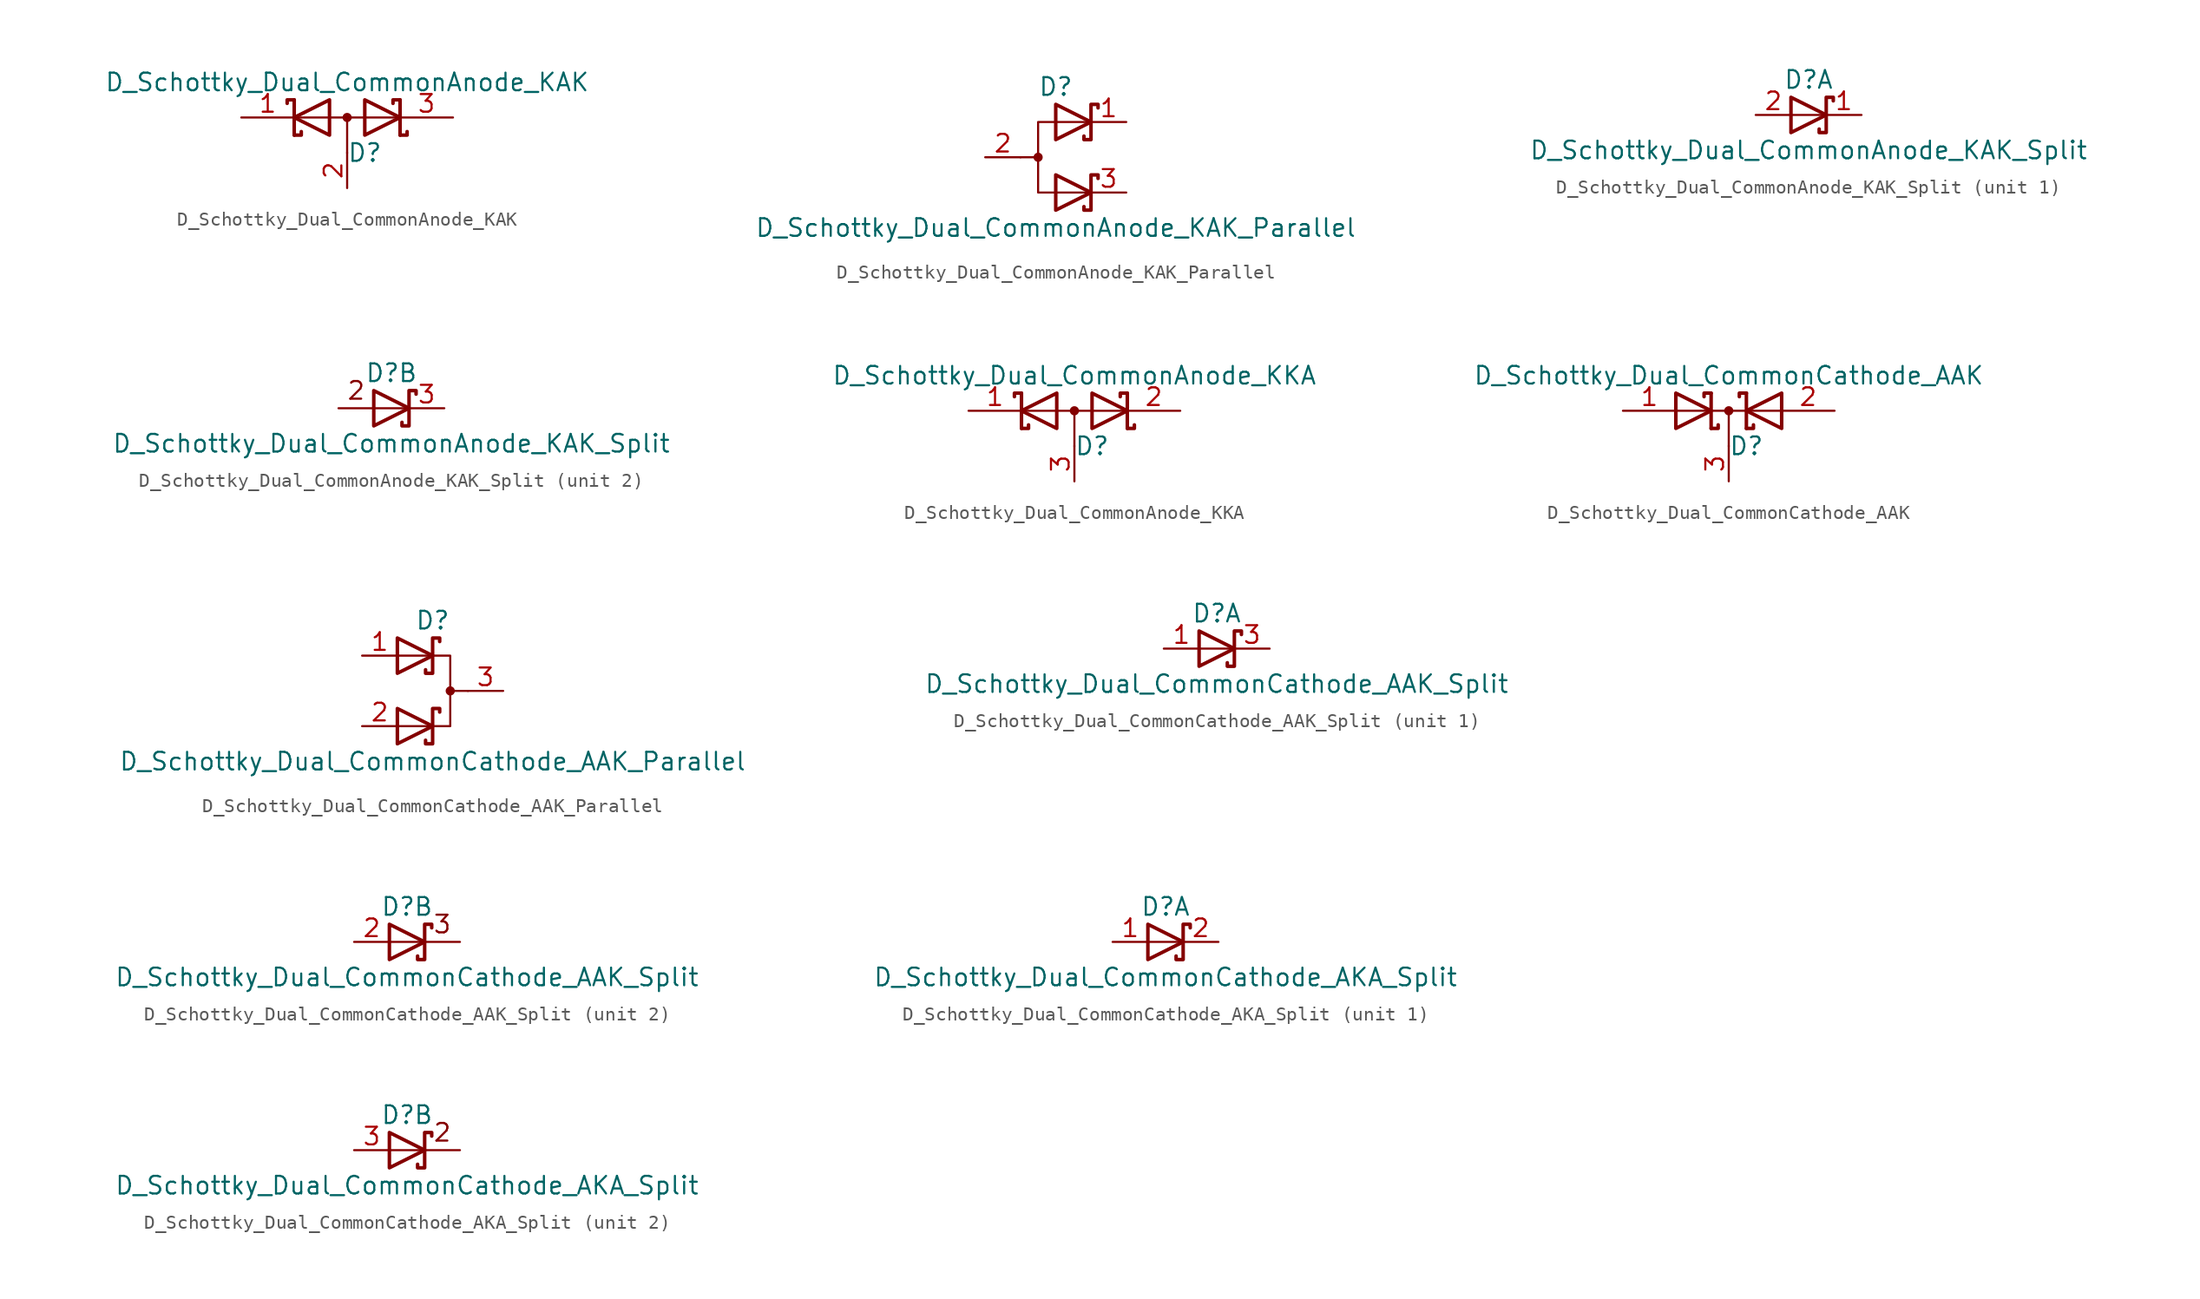
<source format=kicad_sym>
(kicad_symbol_lib
  (version 20211014)
  (generator kicad_symbol_editor)
  (symbol "D_Schottky_Dual_CommonAnode_KAK"
    (pin_names
      (offset 0.762) hide)
    (property "Reference" "D"
      (at 1.27 -2.54 0)
      (effects (font (size 1.27 1.27))))
    (property "Value" "D_Schottky_Dual_CommonAnode_KAK"
      (at 0 2.54 0)
      (effects (font (size 1.27 1.27))))
    (symbol "D_Schottky_Dual_CommonAnode_KAK_0_1"
      (polyline (pts (xy -3.556 0) (xy 3.81 0)) (stroke (width 0) (type default) (color 0 0 0 0)) (fill (type none)))
      (polyline (pts (xy 0 0) (xy 0 -2.54)) (stroke (width 0) (type default) (color 0 0 0 0)) (fill (type none)))
      (polyline (pts (xy -3.81 1.27) (xy -3.81 -1.27) (xy -3.81 -1.27)) (stroke (width 0.254) (type default) (color 0 0 0 0)) (fill (type none)))
      (polyline (pts (xy 3.81 1.27) (xy 3.81 -1.27) (xy 3.81 -1.27)) (stroke (width 0.254) (type default) (color 0 0 0 0)) (fill (type none)))
      (polyline (pts (xy -3.81 1.27) (xy -4.318 1.27) (xy -4.318 1.016) (xy -4.318 1.016)) (stroke (width 0.254) (type default) (color 0 0 0 0)) (fill (type none)))
      (polyline (pts (xy 3.81 -1.27) (xy 4.318 -1.27) (xy 4.318 -1.016) (xy 4.318 -1.016)) (stroke (width 0.254) (type default) (color 0 0 0 0)) (fill (type none)))
      (polyline (pts (xy 3.81 1.27) (xy 3.302 1.27) (xy 3.302 1.016) (xy 3.302 1.016)) (stroke (width 0.254) (type default) (color 0 0 0 0)) (fill (type none)))
      (polyline (pts (xy -3.302 -1.016) (xy -3.302 -1.27) (xy -3.81 -1.27) (xy -3.81 -1.27) (xy -3.81 -1.27)) (stroke (width 0.254) (type default) (color 0 0 0 0)) (fill (type none)))
      (polyline (pts (xy -1.27 -1.27) (xy -3.81 0) (xy -1.27 1.27) (xy -1.27 -1.27) (xy -1.27 -1.27) (xy -1.27 -1.27)) (stroke (width 0.254) (type default) (color 0 0 0 0)) (fill (type none)))
      (polyline (pts (xy 1.27 1.27) (xy 3.81 0) (xy 1.27 -1.27) (xy 1.27 1.27) (xy 1.27 1.27) (xy 1.27 1.27)) (stroke (width 0.254) (type default) (color 0 0 0 0)) (fill (type none)))
      (circle (center 0 0) (radius 0.254) (stroke (width 0) (type default) (color 0 0 0 0)) (fill (type outline)))
      (pin passive line (at -7.62 0 0) (length 3.81) (name "K" (effects (font (size 1.27 1.27)))) (number "1" (effects (font (size 1.27 1.27)))))
      (pin passive line (at 0 -5.08 90) (length 2.54) (name "A" (effects (font (size 1.27 1.27)))) (number "2" (effects (font (size 1.27 1.27)))))
      (pin passive line (at 7.62 0 180) (length 3.81) (name "K" (effects (font (size 1.27 1.27)))) (number "3" (effects (font (size 1.27 1.27)))))))
  (symbol "D_Schottky_Dual_CommonAnode_KAK_Parallel"
    (pin_names
      (offset 0.762) hide)
    (property "Reference" "D"
      (at 0 5.08 0)
      (effects (font (size 1.27 1.27))))
    (property "Value" "D_Schottky_Dual_CommonAnode_KAK_Parallel"
      (at 0 -5.08 0)
      (effects (font (size 1.27 1.27))))
    (symbol "D_Schottky_Dual_CommonAnode_KAK_Parallel_0_1"
      (circle (center -1.27 0) (radius 0.254) (stroke (width 0) (type default) (color 0 0 0 0)) (fill (type outline)))
      (polyline (pts (xy -1.27 0) (xy -2.54 0)) (stroke (width 0) (type default) (color 0 0 0 0)) (fill (type none)))
      (polyline (pts (xy 2.54 2.54) (xy -1.27 2.54) (xy -1.27 -2.54) (xy 2.54 -2.54)) (stroke (width 0) (type default) (color 0 0 0 0)) (fill (type none)))
      (polyline (pts (xy 0 -1.27) (xy 2.54 -2.54) (xy 0 -3.81) (xy 0 -1.27) (xy 0 -1.27) (xy 0 -1.27)) (stroke (width 0.254) (type default) (color 0 0 0 0)) (fill (type none)))
      (polyline (pts (xy 0 3.81) (xy 2.54 2.54) (xy 0 1.27) (xy 0 3.81) (xy 0 3.81) (xy 0 3.81)) (stroke (width 0.254) (type default) (color 0 0 0 0)) (fill (type none)))
      (polyline (pts (xy 3.048 -1.524) (xy 3.048 -1.27) (xy 2.54 -1.27) (xy 2.54 -3.81) (xy 2.032 -3.81) (xy 2.032 -3.556)) (stroke (width 0.254) (type default) (color 0 0 0 0)) (fill (type none)))
      (polyline (pts (xy 3.048 3.556) (xy 3.048 3.81) (xy 2.54 3.81) (xy 2.54 1.27) (xy 2.032 1.27) (xy 2.032 1.524)) (stroke (width 0.254) (type default) (color 0 0 0 0)) (fill (type none)))
      (pin passive line (at 5.08 2.54 180) (length 2.54) (name "K" (effects (font (size 1.27 1.27)))) (number "1" (effects (font (size 1.27 1.27)))))
      (pin passive line (at -5.08 0 0) (length 2.54) (name "A" (effects (font (size 1.27 1.27)))) (number "2" (effects (font (size 1.27 1.27)))))
      (pin passive line (at 5.08 -2.54 180) (length 2.54) (name "K" (effects (font (size 1.27 1.27)))) (number "3" (effects (font (size 1.27 1.27)))))))
  (symbol "D_Schottky_Dual_CommonAnode_KAK_Split"
    (pin_names
      (offset 0.762) hide)
    (property "Reference" "D"
      (at 0 2.54 0)
      (effects (font (size 1.27 1.27))))
    (property "Value" "D_Schottky_Dual_CommonAnode_KAK_Split"
      (at 0 -2.54 0)
      (effects (font (size 1.27 1.27))))
    (property "ki_locked" ""
      (at 0 0 0)
      (effects (font (size 1.27 1.27))))
    (symbol "D_Schottky_Dual_CommonAnode_KAK_Split_0_1"
      (polyline (pts (xy -1.27 1.27) (xy 1.27 0) (xy -1.27 -1.27) (xy -1.27 1.27) (xy -1.27 1.27) (xy -1.27 1.27)) (stroke (width 0.254) (type default) (color 0 0 0 0)) (fill (type none)))
      (polyline (pts (xy 1.778 1.016) (xy 1.778 1.27) (xy 1.27 1.27) (xy 1.27 -1.27) (xy 0.762 -1.27) (xy 0.762 -1.016)) (stroke (width 0.254) (type default) (color 0 0 0 0)) (fill (type none))))
    (symbol "D_Schottky_Dual_CommonAnode_KAK_Split_1_1"
      (polyline (pts (xy 1.27 0) (xy -1.27 0)) (stroke (width 0) (type default) (color 0 0 0 0)) (fill (type none)))
      (pin passive line (at 3.81 0 180) (length 2.54) (name "K" (effects (font (size 1.27 1.27)))) (number "1" (effects (font (size 1.27 1.27)))))
      (pin passive line (at -3.81 0 0) (length 2.54) (name "A" (effects (font (size 1.27 1.27)))) (number "2" (effects (font (size 1.27 1.27))))))
    (symbol "D_Schottky_Dual_CommonAnode_KAK_Split_2_0"
      (polyline (pts (xy 1.27 0) (xy -3.81 0)) (stroke (width 0) (type default) (color 0 0 0 0)) (fill (type none)))
      (text "2" (at -2.54 1.27 0) (effects (font (size 1.27 1.27)))))
    (symbol "D_Schottky_Dual_CommonAnode_KAK_Split_2_1"
      (pin passive line (at 3.81 0 180) (length 2.54) (name "K" (effects (font (size 1.27 1.27)))) (number "3" (effects (font (size 1.27 1.27)))))))
  (symbol "D_Schottky_Dual_CommonAnode_KKA"
    (pin_names
      (offset 0.762) hide)
    (property "Reference" "D"
      (at 1.27 -2.54 0)
      (effects (font (size 1.27 1.27))))
    (property "Value" "D_Schottky_Dual_CommonAnode_KKA"
      (at 0 2.54 0)
      (effects (font (size 1.27 1.27))))
    (symbol "D_Schottky_Dual_CommonAnode_KKA_0_1"
      (polyline (pts (xy -3.556 0) (xy 3.81 0)) (stroke (width 0) (type default) (color 0 0 0 0)) (fill (type none)))
      (polyline (pts (xy 0 0) (xy 0 -2.54)) (stroke (width 0) (type default) (color 0 0 0 0)) (fill (type none)))
      (polyline (pts (xy -3.81 1.27) (xy -3.81 -1.27) (xy -3.81 -1.27)) (stroke (width 0.254) (type default) (color 0 0 0 0)) (fill (type none)))
      (polyline (pts (xy 3.81 1.27) (xy 3.81 -1.27) (xy 3.81 -1.27)) (stroke (width 0.254) (type default) (color 0 0 0 0)) (fill (type none)))
      (polyline (pts (xy -3.81 1.27) (xy -4.318 1.27) (xy -4.318 1.016) (xy -4.318 1.016)) (stroke (width 0.254) (type default) (color 0 0 0 0)) (fill (type none)))
      (polyline (pts (xy 3.81 -1.27) (xy 4.318 -1.27) (xy 4.318 -1.016) (xy 4.318 -1.016)) (stroke (width 0.254) (type default) (color 0 0 0 0)) (fill (type none)))
      (polyline (pts (xy 3.81 1.27) (xy 3.302 1.27) (xy 3.302 1.016) (xy 3.302 1.016)) (stroke (width 0.254) (type default) (color 0 0 0 0)) (fill (type none)))
      (polyline (pts (xy -3.302 -1.016) (xy -3.302 -1.27) (xy -3.81 -1.27) (xy -3.81 -1.27) (xy -3.81 -1.27)) (stroke (width 0.254) (type default) (color 0 0 0 0)) (fill (type none)))
      (polyline (pts (xy -1.27 -1.27) (xy -3.81 0) (xy -1.27 1.27) (xy -1.27 -1.27) (xy -1.27 -1.27) (xy -1.27 -1.27)) (stroke (width 0.254) (type default) (color 0 0 0 0)) (fill (type none)))
      (polyline (pts (xy 1.27 1.27) (xy 3.81 0) (xy 1.27 -1.27) (xy 1.27 1.27) (xy 1.27 1.27) (xy 1.27 1.27)) (stroke (width 0.254) (type default) (color 0 0 0 0)) (fill (type none)))
      (circle (center 0 0) (radius 0.254) (stroke (width 0) (type default) (color 0 0 0 0)) (fill (type outline)))
      (pin passive line (at -7.62 0 0) (length 3.81) (name "K" (effects (font (size 1.27 1.27)))) (number "1" (effects (font (size 1.27 1.27)))))
      (pin passive line (at 7.62 0 180) (length 3.81) (name "K" (effects (font (size 1.27 1.27)))) (number "2" (effects (font (size 1.27 1.27)))))
      (pin passive line (at 0 -5.08 90) (length 2.54) (name "A" (effects (font (size 1.27 1.27)))) (number "3" (effects (font (size 1.27 1.27)))))))
  (symbol "D_Schottky_Dual_CommonCathode_AAK"
    (pin_names
      (offset 0.762) hide)
    (property "Reference" "D"
      (at 1.27 -2.54 0)
      (effects (font (size 1.27 1.27))))
    (property "Value" "D_Schottky_Dual_CommonCathode_AAK"
      (at 0 2.54 0)
      (effects (font (size 1.27 1.27))))
    (symbol "D_Schottky_Dual_CommonCathode_AAK_0_1"
      (polyline (pts (xy -3.81 0) (xy 3.81 0)) (stroke (width 0) (type default) (color 0 0 0 0)) (fill (type none)))
      (polyline (pts (xy 0 0) (xy 0 -2.54)) (stroke (width 0) (type default) (color 0 0 0 0)) (fill (type none)))
      (polyline (pts (xy -1.27 -1.27) (xy -1.27 1.27) (xy -1.27 1.27)) (stroke (width 0.254) (type default) (color 0 0 0 0)) (fill (type none)))
      (polyline (pts (xy 1.27 -1.27) (xy 1.27 1.27) (xy 1.27 1.27)) (stroke (width 0.254) (type default) (color 0 0 0 0)) (fill (type none)))
      (polyline (pts (xy -1.27 -1.27) (xy -0.762 -1.27) (xy -0.762 -1.016) (xy -0.762 -1.016)) (stroke (width 0.254) (type default) (color 0 0 0 0)) (fill (type none)))
      (polyline (pts (xy 1.27 -1.27) (xy 1.778 -1.27) (xy 1.778 -1.016) (xy 1.778 -1.016)) (stroke (width 0.254) (type default) (color 0 0 0 0)) (fill (type none)))
      (polyline (pts (xy 1.27 1.27) (xy 0.762 1.27) (xy 0.762 1.016) (xy 0.762 1.016)) (stroke (width 0.254) (type default) (color 0 0 0 0)) (fill (type none)))
      (polyline (pts (xy -1.778 1.016) (xy -1.778 1.27) (xy -1.27 1.27) (xy -1.27 1.27) (xy -1.27 1.27)) (stroke (width 0.254) (type default) (color 0 0 0 0)) (fill (type none)))
      (polyline (pts (xy -3.81 1.27) (xy -1.27 0) (xy -3.81 -1.27) (xy -3.81 1.27) (xy -3.81 1.27) (xy -3.81 1.27)) (stroke (width 0.254) (type default) (color 0 0 0 0)) (fill (type none)))
      (polyline (pts (xy 3.81 -1.27) (xy 1.27 0) (xy 3.81 1.27) (xy 3.81 -1.27) (xy 3.81 -1.27) (xy 3.81 -1.27)) (stroke (width 0.254) (type default) (color 0 0 0 0)) (fill (type none)))
      (circle (center 0 0) (radius 0.254) (stroke (width 0) (type default) (color 0 0 0 0)) (fill (type outline)))
      (pin passive line (at -7.62 0 0) (length 3.81) (name "A" (effects (font (size 1.27 1.27)))) (number "1" (effects (font (size 1.27 1.27)))))
      (pin passive line (at 7.62 0 180) (length 3.81) (name "A" (effects (font (size 1.27 1.27)))) (number "2" (effects (font (size 1.27 1.27)))))
      (pin passive line (at 0 -5.08 90) (length 2.54) (name "K" (effects (font (size 1.27 1.27)))) (number "3" (effects (font (size 1.27 1.27)))))))
  (symbol "D_Schottky_Dual_CommonCathode_AAK_Parallel"
    (pin_names
      (offset 0.762) hide)
    (property "Reference" "D"
      (at 0 5.08 0)
      (effects (font (size 1.27 1.27))))
    (property "Value" "D_Schottky_Dual_CommonCathode_AAK_Parallel"
      (at 0 -5.08 0)
      (effects (font (size 1.27 1.27))))
    (symbol "D_Schottky_Dual_CommonCathode_AAK_Parallel_0_1"
      (polyline (pts (xy 1.27 0) (xy 2.54 0)) (stroke (width 0) (type default) (color 0 0 0 0)) (fill (type none)))
      (polyline (pts (xy -2.54 -2.54) (xy 1.27 -2.54) (xy 1.27 2.54) (xy -2.54 2.54)) (stroke (width 0) (type default) (color 0 0 0 0)) (fill (type none)))
      (polyline (pts (xy -2.54 -1.27) (xy 0 -2.54) (xy -2.54 -3.81) (xy -2.54 -1.27) (xy -2.54 -1.27) (xy -2.54 -1.27)) (stroke (width 0.254) (type default) (color 0 0 0 0)) (fill (type none)))
      (polyline (pts (xy -2.54 3.81) (xy 0 2.54) (xy -2.54 1.27) (xy -2.54 3.81) (xy -2.54 3.81) (xy -2.54 3.81)) (stroke (width 0.254) (type default) (color 0 0 0 0)) (fill (type none)))
      (polyline (pts (xy 0.508 -1.524) (xy 0.508 -1.27) (xy 0 -1.27) (xy 0 -3.81) (xy -0.508 -3.81) (xy -0.508 -3.556)) (stroke (width 0.254) (type default) (color 0 0 0 0)) (fill (type none)))
      (polyline (pts (xy 0.508 3.556) (xy 0.508 3.81) (xy 0 3.81) (xy 0 1.27) (xy -0.508 1.27) (xy -0.508 1.524)) (stroke (width 0.254) (type default) (color 0 0 0 0)) (fill (type none)))
      (circle (center 1.27 0) (radius 0.254) (stroke (width 0) (type default) (color 0 0 0 0)) (fill (type outline)))
      (pin passive line (at -5.08 2.54 0) (length 2.54) (name "K" (effects (font (size 1.27 1.27)))) (number "1" (effects (font (size 1.27 1.27)))))
      (pin passive line (at -5.08 -2.54 0) (length 2.54) (name "K" (effects (font (size 1.27 1.27)))) (number "2" (effects (font (size 1.27 1.27)))))
      (pin passive line (at 5.08 0 180) (length 2.54) (name "A" (effects (font (size 1.27 1.27)))) (number "3" (effects (font (size 1.27 1.27)))))))
  (symbol "D_Schottky_Dual_CommonCathode_AAK_Split"
    (pin_names
      (offset 0.762) hide)
    (property "Reference" "D"
      (at 0 2.54 0)
      (effects (font (size 1.27 1.27))))
    (property "Value" "D_Schottky_Dual_CommonCathode_AAK_Split"
      (at 0 -2.54 0)
      (effects (font (size 1.27 1.27))))
    (property "ki_locked" ""
      (at 0 0 0)
      (effects (font (size 1.27 1.27))))
    (symbol "D_Schottky_Dual_CommonCathode_AAK_Split_0_1"
      (polyline (pts (xy -1.27 1.27) (xy 1.27 0) (xy -1.27 -1.27) (xy -1.27 1.27) (xy -1.27 1.27) (xy -1.27 1.27)) (stroke (width 0.254) (type default) (color 0 0 0 0)) (fill (type none)))
      (polyline (pts (xy 1.778 1.016) (xy 1.778 1.27) (xy 1.27 1.27) (xy 1.27 -1.27) (xy 0.762 -1.27) (xy 0.762 -1.016)) (stroke (width 0.254) (type default) (color 0 0 0 0)) (fill (type none))))
    (symbol "D_Schottky_Dual_CommonCathode_AAK_Split_1_1"
      (polyline (pts (xy 1.27 0) (xy -1.27 0)) (stroke (width 0) (type default) (color 0 0 0 0)) (fill (type none)))
      (pin passive line (at -3.81 0 0) (length 2.54) (name "A" (effects (font (size 1.27 1.27)))) (number "1" (effects (font (size 1.27 1.27)))))
      (pin passive line (at 3.81 0 180) (length 2.54) (name "K" (effects (font (size 1.27 1.27)))) (number "3" (effects (font (size 1.27 1.27))))))
    (symbol "D_Schottky_Dual_CommonCathode_AAK_Split_2_0"
      (polyline (pts (xy 3.81 0) (xy -1.27 0)) (stroke (width 0) (type default) (color 0 0 0 0)) (fill (type none)))
      (text "3" (at 2.54 1.27 0) (effects (font (size 1.27 1.27)))))
    (symbol "D_Schottky_Dual_CommonCathode_AAK_Split_2_1"
      (pin passive line (at -3.81 0 0) (length 2.54) (name "K" (effects (font (size 1.27 1.27)))) (number "2" (effects (font (size 1.27 1.27)))))))
  (symbol "D_Schottky_Dual_CommonCathode_AKA_Split"
    (pin_names
      (offset 0.762) hide)
    (property "Reference" "D"
      (at 0 2.54 0)
      (effects (font (size 1.27 1.27))))
    (property "Value" "D_Schottky_Dual_CommonCathode_AKA_Split"
      (at 0 -2.54 0)
      (effects (font (size 1.27 1.27))))
    (property "ki_locked" ""
      (at 0 0 0)
      (effects (font (size 1.27 1.27))))
    (symbol "D_Schottky_Dual_CommonCathode_AKA_Split_0_1"
      (polyline (pts (xy -1.27 1.27) (xy 1.27 0) (xy -1.27 -1.27) (xy -1.27 1.27) (xy -1.27 1.27) (xy -1.27 1.27)) (stroke (width 0.254) (type default) (color 0 0 0 0)) (fill (type none)))
      (polyline (pts (xy 1.778 1.016) (xy 1.778 1.27) (xy 1.27 1.27) (xy 1.27 -1.27) (xy 0.762 -1.27) (xy 0.762 -1.016)) (stroke (width 0.254) (type default) (color 0 0 0 0)) (fill (type none))))
    (symbol "D_Schottky_Dual_CommonCathode_AKA_Split_1_1"
      (polyline (pts (xy 1.27 0) (xy -1.27 0)) (stroke (width 0) (type default) (color 0 0 0 0)) (fill (type none)))
      (pin passive line (at -3.81 0 0) (length 2.54) (name "A" (effects (font (size 1.27 1.27)))) (number "1" (effects (font (size 1.27 1.27)))))
      (pin passive line (at 3.81 0 180) (length 2.54) (name "K" (effects (font (size 1.27 1.27)))) (number "2" (effects (font (size 1.27 1.27))))))
    (symbol "D_Schottky_Dual_CommonCathode_AKA_Split_2_0"
      (polyline (pts (xy 3.81 0) (xy -1.27 0)) (stroke (width 0) (type default) (color 0 0 0 0)) (fill (type none)))
      (text "2" (at 2.54 1.27 0) (effects (font (size 1.27 1.27)))))
    (symbol "D_Schottky_Dual_CommonCathode_AKA_Split_2_1"
      (pin passive line (at -3.81 0 0) (length 2.54) (name "K" (effects (font (size 1.27 1.27)))) (number "3" (effects (font (size 1.27 1.27))))))))
</source>
